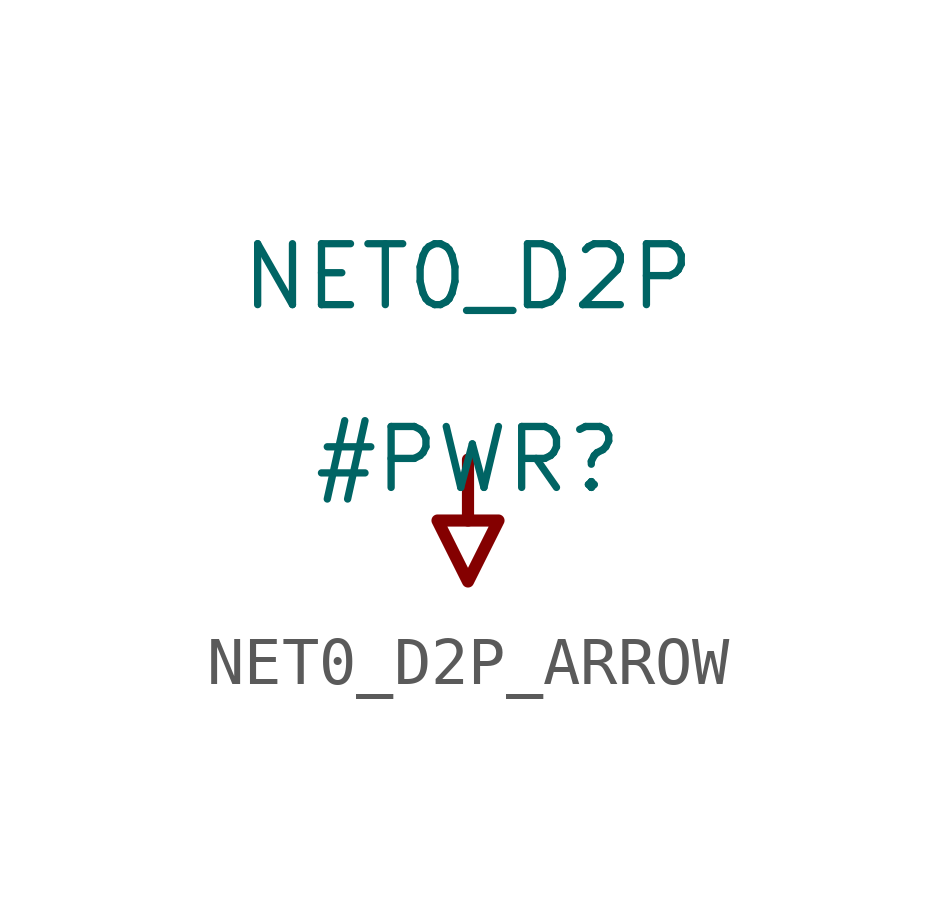
<source format=kicad_sym>
(kicad_symbol_lib
  (version 20231120)
  (generator "kicad_symbol_editor")
  (generator_version "8.0")
  (symbol "NET0_D2P_ARROW"
    (power)
    (property "Reference" "#PWR"
      (at 0 0 0)
      (effects (font (size 1.27 1.27))))
    (property "Value" "NET0_D2P"
      (at 0 3.81 0)
      (effects (font (size 1.27 1.27))))
    (symbol "NET0_D2P_ARROW_0_0"
      (polyline (pts (xy 0 0) (xy 0 -1.27)) (stroke (width 0.254) (type solid)) (fill (type none)))
      (polyline (pts (xy -0.635 -1.27) (xy 0.635 -1.27) (xy 0 -2.54) (xy -0.635 -1.27)) (stroke (width 0.254) (type solid)) (fill (type none)))
      (pin power_in line (at 0 0 0) (length 0) hide (name "NET0_D2P" (effects (font (size 1.27 1.27)))) (number "" (effects (font (size 1.27 1.27))))))))
</source>
